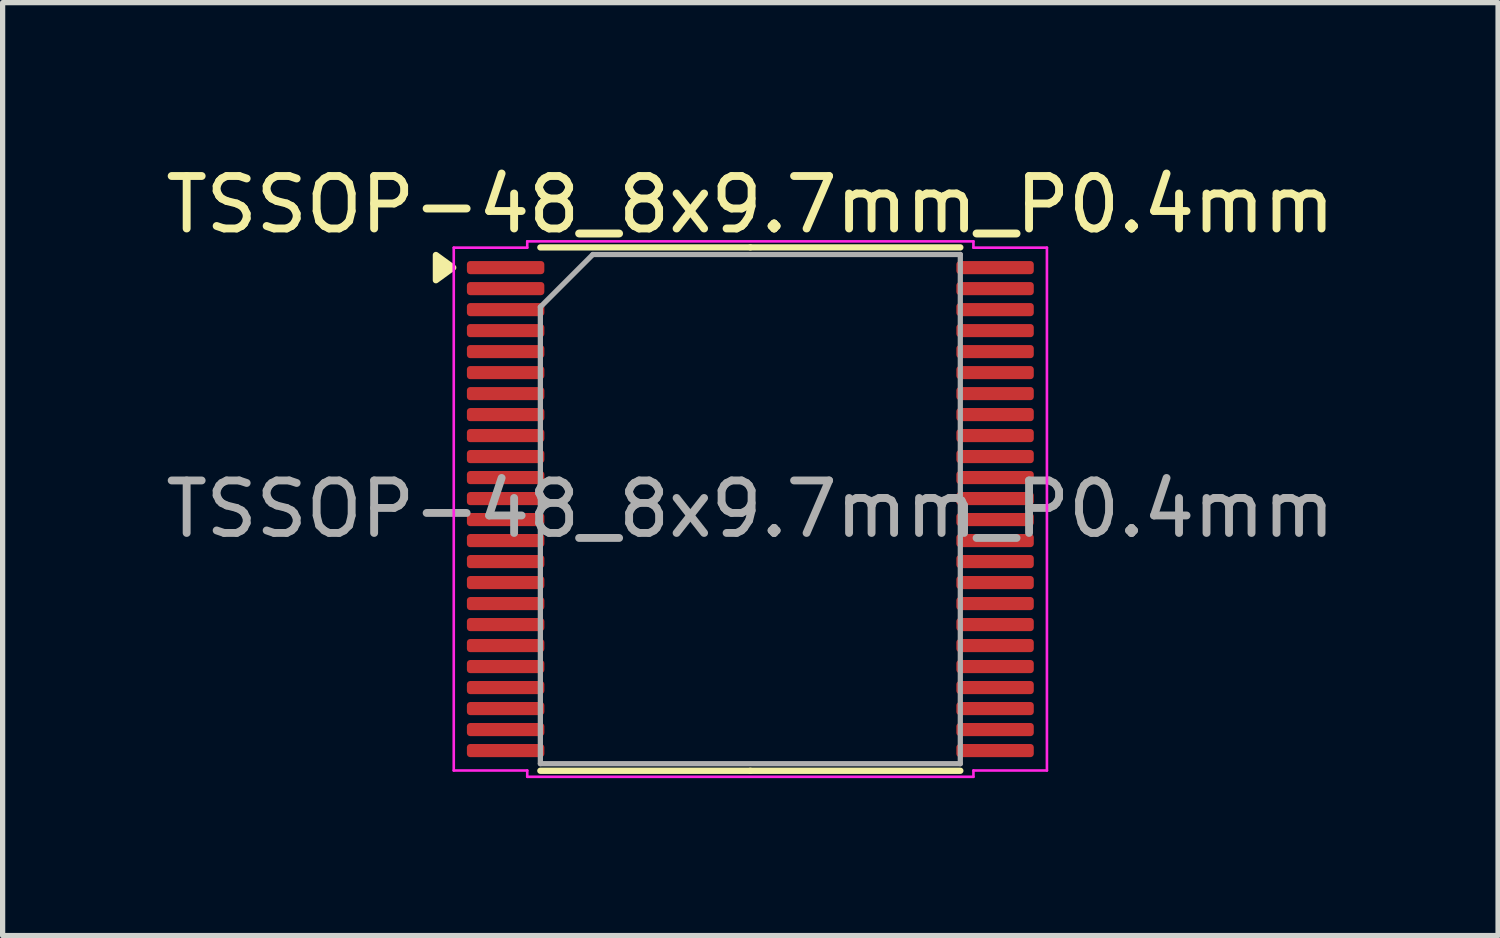
<source format=kicad_pcb>
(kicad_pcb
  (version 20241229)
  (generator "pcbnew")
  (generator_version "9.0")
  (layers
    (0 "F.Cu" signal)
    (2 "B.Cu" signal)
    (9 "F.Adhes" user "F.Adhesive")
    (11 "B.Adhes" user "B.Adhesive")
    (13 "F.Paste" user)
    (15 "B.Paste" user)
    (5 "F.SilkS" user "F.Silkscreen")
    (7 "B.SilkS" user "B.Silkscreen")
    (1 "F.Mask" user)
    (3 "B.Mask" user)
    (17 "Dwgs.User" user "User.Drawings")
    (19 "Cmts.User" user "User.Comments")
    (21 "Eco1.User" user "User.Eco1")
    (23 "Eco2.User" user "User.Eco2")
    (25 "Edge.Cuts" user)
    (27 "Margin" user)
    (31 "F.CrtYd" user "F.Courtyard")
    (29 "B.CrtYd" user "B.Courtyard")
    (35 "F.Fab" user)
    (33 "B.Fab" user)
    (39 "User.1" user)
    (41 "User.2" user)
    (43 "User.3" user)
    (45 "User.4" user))
  (footprint "TSSOP-48_8x9.7mm_P0.4mm"
    (layer "F.Cu")
    (at 11.244 6.648)
    (property "Reference" "TSSOP-48_8x9.7mm_P0.4mm" (at 0 -5.8 0) (layer "F.SilkS") (effects (font (size 1 1) (thickness 0.15))))
    (attr smd)
    (fp_line (start 0 -4.985) (end -4 -4.985) (stroke (width 0.12) (type solid)) (layer "F.SilkS"))
    (fp_line (start 0 -4.985) (end 4 -4.985) (stroke (width 0.12) (type solid)) (layer "F.SilkS"))
    (fp_line (start 0 4.985) (end -4 4.985) (stroke (width 0.12) (type solid)) (layer "F.SilkS"))
    (fp_line (start 0 4.985) (end 4 4.985) (stroke (width 0.12) (type solid)) (layer "F.SilkS"))
    (fp_poly (pts (xy -5.66 -4.6) (xy -5.99 -4.36) (xy -5.99 -4.84)) (stroke (width 0.12) (type solid)) (fill yes) (layer "F.SilkS"))
    (fp_line (start -5.65 -4.98) (end -4.25 -4.98) (stroke (width 0.05) (type solid)) (layer "F.CrtYd"))
    (fp_line (start -5.65 4.98) (end -5.65 -4.98) (stroke (width 0.05) (type solid)) (layer "F.CrtYd"))
    (fp_line (start -4.25 -5.1) (end 4.25 -5.1) (stroke (width 0.05) (type solid)) (layer "F.CrtYd"))
    (fp_line (start -4.25 -4.98) (end -4.25 -5.1) (stroke (width 0.05) (type solid)) (layer "F.CrtYd"))
    (fp_line (start -4.25 4.98) (end -5.65 4.98) (stroke (width 0.05) (type solid)) (layer "F.CrtYd"))
    (fp_line (start -4.25 5.1) (end -4.25 4.98) (stroke (width 0.05) (type solid)) (layer "F.CrtYd"))
    (fp_line (start 4.25 -5.1) (end 4.25 -4.98) (stroke (width 0.05) (type solid)) (layer "F.CrtYd"))
    (fp_line (start 4.25 -4.98) (end 5.65 -4.98) (stroke (width 0.05) (type solid)) (layer "F.CrtYd"))
    (fp_line (start 4.25 4.98) (end 4.25 5.1) (stroke (width 0.05) (type solid)) (layer "F.CrtYd"))
    (fp_line (start 4.25 5.1) (end -4.25 5.1) (stroke (width 0.05) (type solid)) (layer "F.CrtYd"))
    (fp_line (start 5.65 -4.98) (end 5.65 4.98) (stroke (width 0.05) (type solid)) (layer "F.CrtYd"))
    (fp_line (start 5.65 4.98) (end 4.25 4.98) (stroke (width 0.05) (type solid)) (layer "F.CrtYd"))
    (fp_line (start -4 -3.85) (end -3 -4.85) (stroke (width 0.1) (type solid)) (layer "F.Fab"))
    (fp_line (start -4 4.85) (end -4 -3.85) (stroke (width 0.1) (type solid)) (layer "F.Fab"))
    (fp_line (start -3 -4.85) (end 4 -4.85) (stroke (width 0.1) (type solid)) (layer "F.Fab"))
    (fp_line (start 4 -4.85) (end 4 4.85) (stroke (width 0.1) (type solid)) (layer "F.Fab"))
    (fp_line (start 4 4.85) (end -4 4.85) (stroke (width 0.1) (type solid)) (layer "F.Fab"))
    (fp_text user "${REFERENCE}" (at 0 0 0) (layer "F.Fab") (effects (font (size 1 1) (thickness 0.15))))
    (pad "1" smd roundrect (at -4.662 -4.6) (size 1.475 0.25) (layers "F.Cu" "F.Mask" "F.Paste") (roundrect_rratio 0.25))
    (pad "2" smd roundrect (at -4.662 -4.2) (size 1.475 0.25) (layers "F.Cu" "F.Mask" "F.Paste") (roundrect_rratio 0.25))
    (pad "3" smd roundrect (at -4.662 -3.8) (size 1.475 0.25) (layers "F.Cu" "F.Mask" "F.Paste") (roundrect_rratio 0.25))
    (pad "4" smd roundrect (at -4.662 -3.4) (size 1.475 0.25) (layers "F.Cu" "F.Mask" "F.Paste") (roundrect_rratio 0.25))
    (pad "5" smd roundrect (at -4.662 -3) (size 1.475 0.25) (layers "F.Cu" "F.Mask" "F.Paste") (roundrect_rratio 0.25))
    (pad "6" smd roundrect (at -4.662 -2.6) (size 1.475 0.25) (layers "F.Cu" "F.Mask" "F.Paste") (roundrect_rratio 0.25))
    (pad "7" smd roundrect (at -4.662 -2.2) (size 1.475 0.25) (layers "F.Cu" "F.Mask" "F.Paste") (roundrect_rratio 0.25))
    (pad "8" smd roundrect (at -4.662 -1.8) (size 1.475 0.25) (layers "F.Cu" "F.Mask" "F.Paste") (roundrect_rratio 0.25))
    (pad "9" smd roundrect (at -4.662 -1.4) (size 1.475 0.25) (layers "F.Cu" "F.Mask" "F.Paste") (roundrect_rratio 0.25))
    (pad "10" smd roundrect (at -4.662 -1) (size 1.475 0.25) (layers "F.Cu" "F.Mask" "F.Paste") (roundrect_rratio 0.25))
    (pad "11" smd roundrect (at -4.662 -0.6) (size 1.475 0.25) (layers "F.Cu" "F.Mask" "F.Paste") (roundrect_rratio 0.25))
    (pad "12" smd roundrect (at -4.662 -0.2) (size 1.475 0.25) (layers "F.Cu" "F.Mask" "F.Paste") (roundrect_rratio 0.25))
    (pad "13" smd roundrect (at -4.662 0.2) (size 1.475 0.25) (layers "F.Cu" "F.Mask" "F.Paste") (roundrect_rratio 0.25))
    (pad "14" smd roundrect (at -4.662 0.6) (size 1.475 0.25) (layers "F.Cu" "F.Mask" "F.Paste") (roundrect_rratio 0.25))
    (pad "15" smd roundrect (at -4.662 1) (size 1.475 0.25) (layers "F.Cu" "F.Mask" "F.Paste") (roundrect_rratio 0.25))
    (pad "16" smd roundrect (at -4.662 1.4) (size 1.475 0.25) (layers "F.Cu" "F.Mask" "F.Paste") (roundrect_rratio 0.25))
    (pad "17" smd roundrect (at -4.662 1.8) (size 1.475 0.25) (layers "F.Cu" "F.Mask" "F.Paste") (roundrect_rratio 0.25))
    (pad "18" smd roundrect (at -4.662 2.2) (size 1.475 0.25) (layers "F.Cu" "F.Mask" "F.Paste") (roundrect_rratio 0.25))
    (pad "19" smd roundrect (at -4.662 2.6) (size 1.475 0.25) (layers "F.Cu" "F.Mask" "F.Paste") (roundrect_rratio 0.25))
    (pad "20" smd roundrect (at -4.662 3) (size 1.475 0.25) (layers "F.Cu" "F.Mask" "F.Paste") (roundrect_rratio 0.25))
    (pad "21" smd roundrect (at -4.662 3.4) (size 1.475 0.25) (layers "F.Cu" "F.Mask" "F.Paste") (roundrect_rratio 0.25))
    (pad "22" smd roundrect (at -4.662 3.8) (size 1.475 0.25) (layers "F.Cu" "F.Mask" "F.Paste") (roundrect_rratio 0.25))
    (pad "23" smd roundrect (at -4.662 4.2) (size 1.475 0.25) (layers "F.Cu" "F.Mask" "F.Paste") (roundrect_rratio 0.25))
    (pad "24" smd roundrect (at -4.662 4.6) (size 1.475 0.25) (layers "F.Cu" "F.Mask" "F.Paste") (roundrect_rratio 0.25))
    (pad "25" smd roundrect (at 4.662 4.6) (size 1.475 0.25) (layers "F.Cu" "F.Mask" "F.Paste") (roundrect_rratio 0.25))
    (pad "26" smd roundrect (at 4.662 4.2) (size 1.475 0.25) (layers "F.Cu" "F.Mask" "F.Paste") (roundrect_rratio 0.25))
    (pad "27" smd roundrect (at 4.662 3.8) (size 1.475 0.25) (layers "F.Cu" "F.Mask" "F.Paste") (roundrect_rratio 0.25))
    (pad "28" smd roundrect (at 4.662 3.4) (size 1.475 0.25) (layers "F.Cu" "F.Mask" "F.Paste") (roundrect_rratio 0.25))
    (pad "29" smd roundrect (at 4.662 3) (size 1.475 0.25) (layers "F.Cu" "F.Mask" "F.Paste") (roundrect_rratio 0.25))
    (pad "30" smd roundrect (at 4.662 2.6) (size 1.475 0.25) (layers "F.Cu" "F.Mask" "F.Paste") (roundrect_rratio 0.25))
    (pad "31" smd roundrect (at 4.662 2.2) (size 1.475 0.25) (layers "F.Cu" "F.Mask" "F.Paste") (roundrect_rratio 0.25))
    (pad "32" smd roundrect (at 4.662 1.8) (size 1.475 0.25) (layers "F.Cu" "F.Mask" "F.Paste") (roundrect_rratio 0.25))
    (pad "33" smd roundrect (at 4.662 1.4) (size 1.475 0.25) (layers "F.Cu" "F.Mask" "F.Paste") (roundrect_rratio 0.25))
    (pad "34" smd roundrect (at 4.662 1) (size 1.475 0.25) (layers "F.Cu" "F.Mask" "F.Paste") (roundrect_rratio 0.25))
    (pad "35" smd roundrect (at 4.662 0.6) (size 1.475 0.25) (layers "F.Cu" "F.Mask" "F.Paste") (roundrect_rratio 0.25))
    (pad "36" smd roundrect (at 4.662 0.2) (size 1.475 0.25) (layers "F.Cu" "F.Mask" "F.Paste") (roundrect_rratio 0.25))
    (pad "37" smd roundrect (at 4.662 -0.2) (size 1.475 0.25) (layers "F.Cu" "F.Mask" "F.Paste") (roundrect_rratio 0.25))
    (pad "38" smd roundrect (at 4.662 -0.6) (size 1.475 0.25) (layers "F.Cu" "F.Mask" "F.Paste") (roundrect_rratio 0.25))
    (pad "39" smd roundrect (at 4.662 -1) (size 1.475 0.25) (layers "F.Cu" "F.Mask" "F.Paste") (roundrect_rratio 0.25))
    (pad "40" smd roundrect (at 4.662 -1.4) (size 1.475 0.25) (layers "F.Cu" "F.Mask" "F.Paste") (roundrect_rratio 0.25))
    (pad "41" smd roundrect (at 4.662 -1.8) (size 1.475 0.25) (layers "F.Cu" "F.Mask" "F.Paste") (roundrect_rratio 0.25))
    (pad "42" smd roundrect (at 4.662 -2.2) (size 1.475 0.25) (layers "F.Cu" "F.Mask" "F.Paste") (roundrect_rratio 0.25))
    (pad "43" smd roundrect (at 4.662 -2.6) (size 1.475 0.25) (layers "F.Cu" "F.Mask" "F.Paste") (roundrect_rratio 0.25))
    (pad "44" smd roundrect (at 4.662 -3) (size 1.475 0.25) (layers "F.Cu" "F.Mask" "F.Paste") (roundrect_rratio 0.25))
    (pad "45" smd roundrect (at 4.662 -3.4) (size 1.475 0.25) (layers "F.Cu" "F.Mask" "F.Paste") (roundrect_rratio 0.25))
    (pad "46" smd roundrect (at 4.662 -3.8) (size 1.475 0.25) (layers "F.Cu" "F.Mask" "F.Paste") (roundrect_rratio 0.25))
    (pad "47" smd roundrect (at 4.662 -4.2) (size 1.475 0.25) (layers "F.Cu" "F.Mask" "F.Paste") (roundrect_rratio 0.25))
    (pad "48" smd roundrect (at 4.662 -4.6) (size 1.475 0.25) (layers "F.Cu" "F.Mask" "F.Paste") (roundrect_rratio 0.25)))
  (gr_rect
    (start -3 -3)
    (end 25.488 14.773)
    (stroke (width 0.1) (type default))
    (fill no)
    (layer "Edge.Cuts")))
</source>
